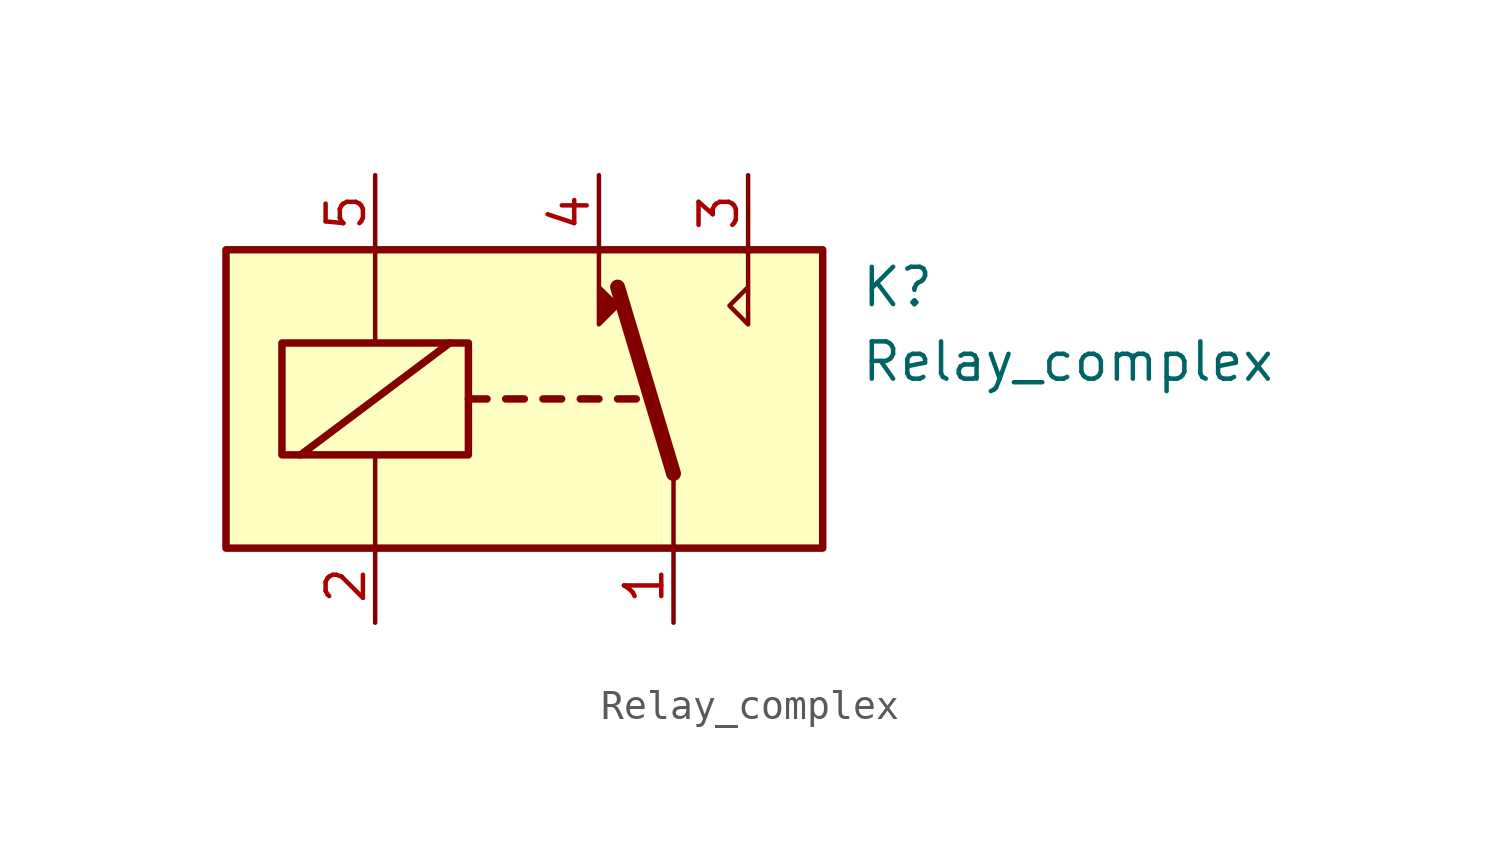
<source format=kicad_sym>
(kicad_symbol_lib
  (version 20220914)
  (generator kicad_symbol_editor)
  (symbol "Relay_complex"
    (property "Reference" "K"
      (at 11.43 3.81 0)
      (effects (font (size 1.27 1.27)) (justify left)))
    (property "Value" "Relay_complex"
      (at 11.43 1.27 0)
      (effects (font (size 1.27 1.27)) (justify left)))
    (symbol "Relay_complex_0_0"
      (polyline (pts (xy 7.62 5.08) (xy 7.62 2.54) (xy 6.985 3.175) (xy 7.62 3.81)) (stroke (width 0) (type default)) (fill (type none))))
    (symbol "Relay_complex_0_1"
      (rectangle (start -10.16 5.08) (end 10.16 -5.08) (stroke (width 0.254) (type default)) (fill (type background)))
      (rectangle (start -8.255 1.905) (end -1.905 -1.905) (stroke (width 0.254) (type default)) (fill (type none)))
      (polyline (pts (xy -7.62 -1.905) (xy -2.54 1.905)) (stroke (width 0.254) (type default)) (fill (type none)))
      (polyline (pts (xy -5.08 -5.08) (xy -5.08 -1.905)) (stroke (width 0) (type default)) (fill (type none)))
      (polyline (pts (xy -5.08 5.08) (xy -5.08 1.905)) (stroke (width 0) (type default)) (fill (type none)))
      (polyline (pts (xy -1.905 0) (xy -1.27 0)) (stroke (width 0.254) (type default)) (fill (type none)))
      (polyline (pts (xy -0.635 0) (xy 0 0)) (stroke (width 0.254) (type default)) (fill (type none)))
      (polyline (pts (xy 0.635 0) (xy 1.27 0)) (stroke (width 0.254) (type default)) (fill (type none)))
      (polyline (pts (xy 1.905 0) (xy 2.54 0)) (stroke (width 0.254) (type default)) (fill (type none)))
      (polyline (pts (xy 3.175 0) (xy 3.81 0)) (stroke (width 0.254) (type default)) (fill (type none)))
      (polyline (pts (xy 5.08 -2.54) (xy 3.175 3.81)) (stroke (width 0.508) (type default)) (fill (type none)))
      (polyline (pts (xy 5.08 -2.54) (xy 5.08 -5.08)) (stroke (width 0) (type default)) (fill (type none))))
    (symbol "Relay_complex_1_1"
      (polyline (pts (xy 2.54 3.81) (xy 3.175 3.175) (xy 2.54 2.54) (xy 2.54 5.08)) (stroke (width 0) (type default)) (fill (type outline)))
      (pin passive line (at 5.08 -7.62 90) (length 2.54) (name "~" (effects (font (size 1.27 1.27)))) (number "1" (effects (font (size 1.27 1.27)))))
      (pin passive line (at -5.08 -7.62 90) (length 2.54) (name "~" (effects (font (size 1.27 1.27)))) (number "2" (effects (font (size 1.27 1.27)))))
      (pin passive line (at 7.62 7.62 270) (length 2.54) (name "~" (effects (font (size 1.27 1.27)))) (number "3" (effects (font (size 1.27 1.27)))))
      (pin passive line (at 2.54 7.62 270) (length 2.54) (name "~" (effects (font (size 1.27 1.27)))) (number "4" (effects (font (size 1.27 1.27)))))
      (pin passive line (at -5.08 7.62 270) (length 2.54) (name "~" (effects (font (size 1.27 1.27)))) (number "5" (effects (font (size 1.27 1.27))))))))
</source>
